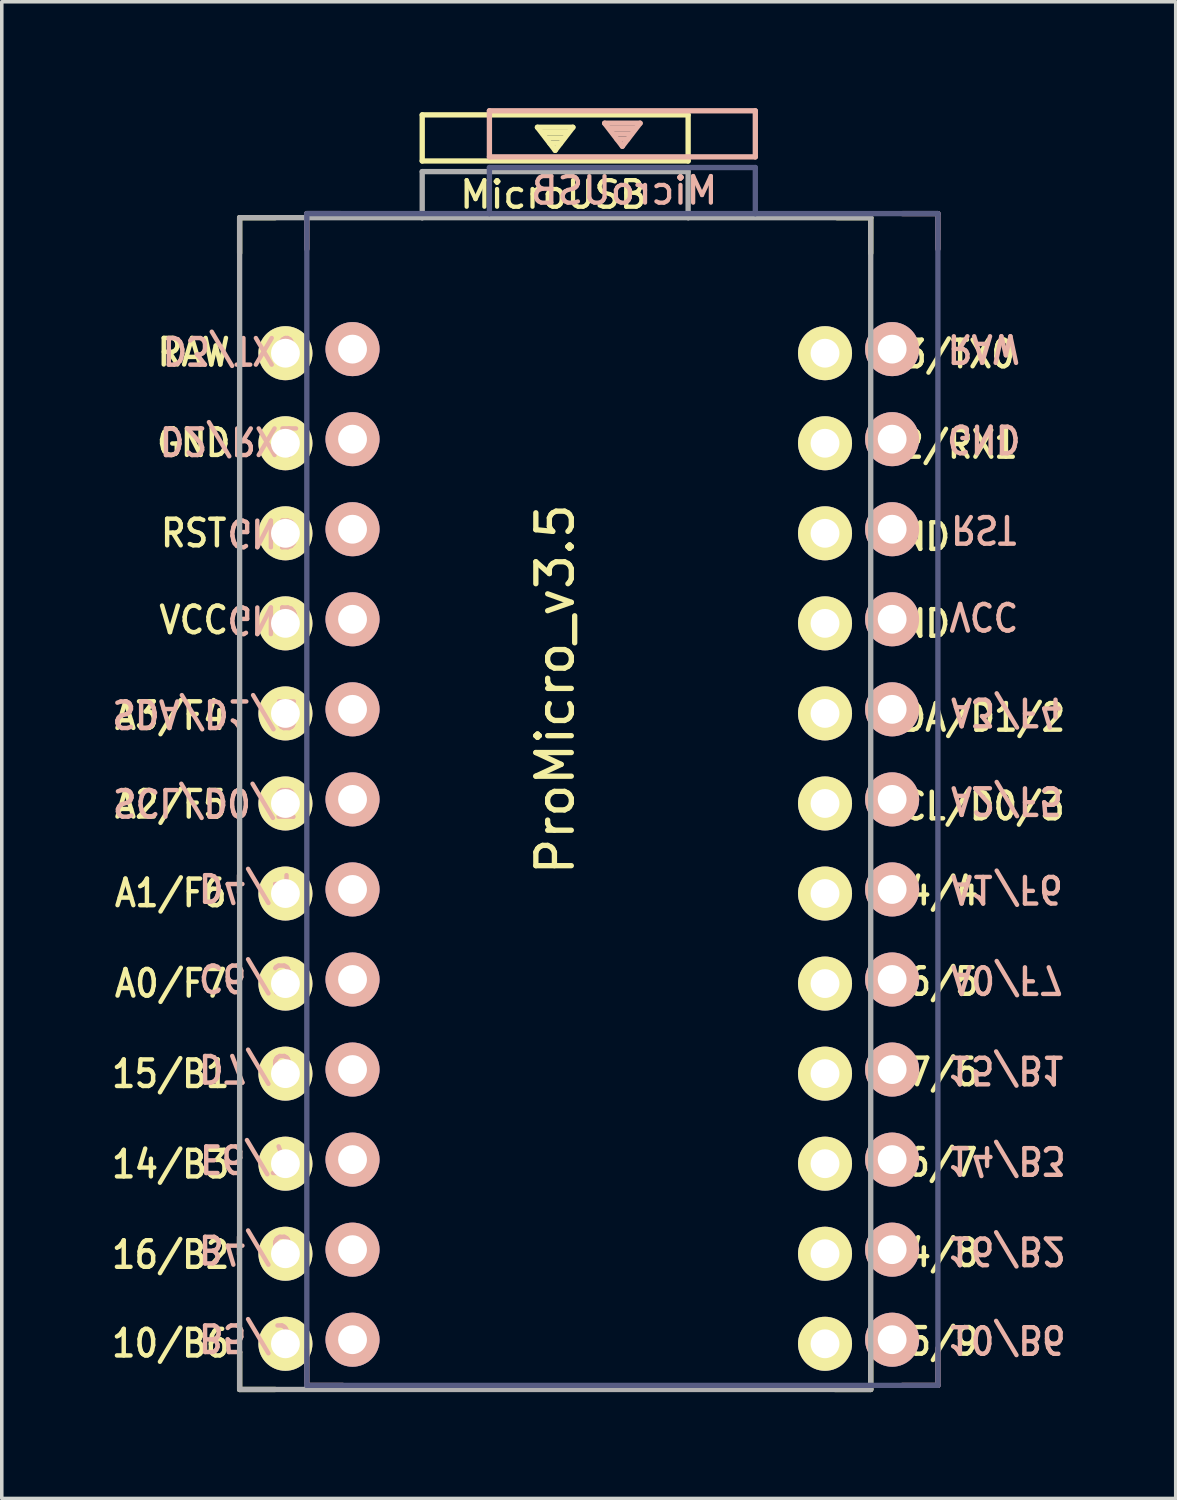
<source format=kicad_pcb>
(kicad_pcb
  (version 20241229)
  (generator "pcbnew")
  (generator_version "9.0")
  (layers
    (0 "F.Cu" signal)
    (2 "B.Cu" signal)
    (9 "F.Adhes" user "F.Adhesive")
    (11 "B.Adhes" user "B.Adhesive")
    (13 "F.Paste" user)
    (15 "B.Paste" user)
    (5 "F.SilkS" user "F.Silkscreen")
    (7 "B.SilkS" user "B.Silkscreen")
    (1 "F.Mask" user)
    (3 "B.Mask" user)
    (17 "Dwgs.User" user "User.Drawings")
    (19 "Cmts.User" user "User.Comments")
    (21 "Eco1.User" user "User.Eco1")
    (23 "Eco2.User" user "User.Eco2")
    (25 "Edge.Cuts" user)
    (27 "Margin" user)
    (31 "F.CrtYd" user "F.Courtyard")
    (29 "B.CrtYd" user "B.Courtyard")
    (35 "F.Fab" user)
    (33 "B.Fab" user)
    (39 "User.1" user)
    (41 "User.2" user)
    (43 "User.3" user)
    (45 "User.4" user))
  (footprint "ProMicro_v3.5"
    (layer "F.Cu")
    (at 12.609 21.39)
    (property "Reference" "ProMicro_v3.5" (at 0 -5 270) (layer "F.SilkS") (effects (font (size 1 1) (thickness 0.15))))
    (attr through_hole)
    (fp_line (start -8.9 -18.3) (end -8.9 -17.3) (stroke (width 0.15) (type solid)) (layer "F.SilkS"))
    (fp_line (start -8.9 -18.3) (end -7.9 -18.3) (stroke (width 0.15) (type solid)) (layer "F.SilkS"))
    (fp_line (start -8.9 13.7) (end -8.9 14.75) (stroke (width 0.15) (type solid)) (layer "F.SilkS"))
    (fp_line (start -8.9 14.75) (end -7.9 14.75) (stroke (width 0.15) (type solid)) (layer "F.SilkS"))
    (fp_line (start -3.75 -21.2) (end -3.75 -19.9) (stroke (width 0.15) (type solid)) (layer "F.SilkS"))
    (fp_line (start -3.75 -19.9) (end 3.75 -19.9) (stroke (width 0.15) (type solid)) (layer "F.SilkS"))
    (fp_line (start -0.5 -20.85) (end 0.5 -20.85) (stroke (width 0.15) (type solid)) (layer "F.SilkS"))
    (fp_line (start -0.35 -20.7) (end 0.35 -20.7) (stroke (width 0.15) (type solid)) (layer "F.SilkS"))
    (fp_line (start -0.25 -20.55) (end 0.25 -20.55) (stroke (width 0.15) (type solid)) (layer "F.SilkS"))
    (fp_line (start -0.15 -20.4) (end 0.15 -20.4) (stroke (width 0.15) (type solid)) (layer "F.SilkS"))
    (fp_line (start 0 -20.2) (end -0.5 -20.85) (stroke (width 0.15) (type solid)) (layer "F.SilkS"))
    (fp_line (start 0.5 -20.85) (end 0 -20.2) (stroke (width 0.15) (type solid)) (layer "F.SilkS"))
    (fp_line (start 3.75 -21.2) (end -3.75 -21.2) (stroke (width 0.15) (type solid)) (layer "F.SilkS"))
    (fp_line (start 3.75 -19.9) (end 3.75 -21.2) (stroke (width 0.15) (type solid)) (layer "F.SilkS"))
    (fp_line (start 8.9 -18.3) (end 7.95 -18.3) (stroke (width 0.15) (type solid)) (layer "F.SilkS"))
    (fp_line (start 8.9 -18.3) (end 8.9 -17.3) (stroke (width 0.15) (type solid)) (layer "F.SilkS"))
    (fp_line (start 8.9 13.75) (end 8.9 14.75) (stroke (width 0.15) (type solid)) (layer "F.SilkS"))
    (fp_line (start 8.9 14.75) (end 7.89 14.75) (stroke (width 0.15) (type solid)) (layer "F.SilkS"))
    (fp_line (start -7.005 -18.415) (end -7.005 -17.415) (stroke (width 0.15) (type solid)) (layer "B.SilkS"))
    (fp_line (start -7.005 -18.415) (end -6.055 -18.415) (stroke (width 0.15) (type solid)) (layer "B.SilkS"))
    (fp_line (start -7.005 13.635) (end -7.005 14.635) (stroke (width 0.15) (type solid)) (layer "B.SilkS"))
    (fp_line (start -7.005 14.635) (end -5.995 14.635) (stroke (width 0.15) (type solid)) (layer "B.SilkS"))
    (fp_line (start -1.855 -21.315) (end 5.645 -21.315) (stroke (width 0.15) (type solid)) (layer "B.SilkS"))
    (fp_line (start -1.855 -20.015) (end -1.855 -21.315) (stroke (width 0.15) (type solid)) (layer "B.SilkS"))
    (fp_line (start 1.395 -20.965) (end 1.895 -20.315) (stroke (width 0.15) (type solid)) (layer "B.SilkS"))
    (fp_line (start 1.895 -20.315) (end 2.395 -20.965) (stroke (width 0.15) (type solid)) (layer "B.SilkS"))
    (fp_line (start 2.045 -20.515) (end 1.745 -20.515) (stroke (width 0.15) (type solid)) (layer "B.SilkS"))
    (fp_line (start 2.145 -20.665) (end 1.645 -20.665) (stroke (width 0.15) (type solid)) (layer "B.SilkS"))
    (fp_line (start 2.245 -20.815) (end 1.545 -20.815) (stroke (width 0.15) (type solid)) (layer "B.SilkS"))
    (fp_line (start 2.395 -20.965) (end 1.395 -20.965) (stroke (width 0.15) (type solid)) (layer "B.SilkS"))
    (fp_line (start 5.645 -21.315) (end 5.645 -20.015) (stroke (width 0.15) (type solid)) (layer "B.SilkS"))
    (fp_line (start 5.645 -20.015) (end -1.855 -20.015) (stroke (width 0.15) (type solid)) (layer "B.SilkS"))
    (fp_line (start 10.795 -18.415) (end 9.795 -18.415) (stroke (width 0.15) (type solid)) (layer "B.SilkS"))
    (fp_line (start 10.795 -18.415) (end 10.795 -17.415) (stroke (width 0.15) (type solid)) (layer "B.SilkS"))
    (fp_line (start 10.795 13.585) (end 10.795 14.635) (stroke (width 0.15) (type solid)) (layer "B.SilkS"))
    (fp_line (start 10.795 14.635) (end 9.795 14.635) (stroke (width 0.15) (type solid)) (layer "B.SilkS"))
    (fp_line (start -7.005 -18.415) (end -7.005 14.635) (stroke (width 0.15) (type solid)) (layer "B.Fab"))
    (fp_line (start -7.005 14.635) (end 10.795 14.635) (stroke (width 0.15) (type solid)) (layer "B.Fab"))
    (fp_line (start -1.865 -18.415) (end -7.005 -18.415) (stroke (width 0.15) (type solid)) (layer "B.Fab"))
    (fp_line (start -1.855 -19.715) (end -1.855 -18.415) (stroke (width 0.15) (type solid)) (layer "B.Fab"))
    (fp_line (start 5.645 -19.715) (end -1.855 -19.715) (stroke (width 0.15) (type solid)) (layer "B.Fab"))
    (fp_line (start 5.645 -19.715) (end 5.645 -18.414) (stroke (width 0.15) (type solid)) (layer "B.Fab"))
    (fp_line (start 5.645 -18.415) (end -1.855 -18.415) (stroke (width 0.15) (type solid)) (layer "B.Fab"))
    (fp_line (start 10.795 -18.415) (end 5.645 -18.415) (stroke (width 0.15) (type solid)) (layer "B.Fab"))
    (fp_line (start 10.795 14.635) (end 10.795 -18.415) (stroke (width 0.15) (type solid)) (layer "B.Fab"))
    (fp_line (start -8.9 -18.3) (end -3.75 -18.3) (stroke (width 0.15) (type solid)) (layer "F.Fab"))
    (fp_line (start -8.9 14.75) (end -8.9 -18.3) (stroke (width 0.15) (type solid)) (layer "F.Fab"))
    (fp_line (start -3.75 -19.6) (end -3.75 -18.299) (stroke (width 0.15) (type solid)) (layer "F.Fab"))
    (fp_line (start -3.75 -19.6) (end 3.75 -19.6) (stroke (width 0.15) (type solid)) (layer "F.Fab"))
    (fp_line (start -3.75 -18.3) (end 3.75 -18.3) (stroke (width 0.15) (type solid)) (layer "F.Fab"))
    (fp_line (start 3.75 -19.6) (end 3.75 -18.3) (stroke (width 0.15) (type solid)) (layer "F.Fab"))
    (fp_line (start 3.76 -18.3) (end 8.9 -18.3) (stroke (width 0.15) (type solid)) (layer "F.Fab"))
    (fp_line (start 8.9 -18.3) (end 8.9 14.75) (stroke (width 0.15) (type solid)) (layer "F.Fab"))
    (fp_line (start 8.9 14.75) (end -8.9 14.75) (stroke (width 0.15) (type solid)) (layer "F.Fab"))
    (fp_text user "D7/6" (at 10.605 5.8 0) (unlocked yes) (layer "F.SilkS") (effects (font (size 0.75 0.67) (thickness 0.125))))
    (fp_text user "A2/F5" (at -10.845 -1.75 0) (unlocked yes) (layer "F.SilkS") (effects (font (size 0.75 0.67) (thickness 0.125))))
    (fp_text user "D2/RX1" (at 11.055 -11.9 0) (unlocked yes) (layer "F.SilkS") (effects (font (size 0.75 0.67) (thickness 0.125))))
    (fp_text user "RST" (at -10.195 -9.4 0) (unlocked yes) (layer "F.SilkS") (effects (font (size 0.75 0.67) (thickness 0.125))))
    (fp_text user "RAW" (at -10.195 -14.5 0) (unlocked yes) (layer "F.SilkS") (effects (font (size 0.75 0.67) (thickness 0.125))))
    (fp_text user "B4/8" (at 10.605 10.9 0) (unlocked yes) (layer "F.SilkS") (effects (font (size 0.75 0.67) (thickness 0.125))))
    (fp_text user "10/B6" (at -10.845 13.45 0) (unlocked yes) (layer "F.SilkS") (effects (font (size 0.75 0.67) (thickness 0.125))))
    (fp_text user "C6/5" (at 10.605 3.25 0) (unlocked yes) (layer "F.SilkS") (effects (font (size 0.75 0.67) (thickness 0.125))))
    (fp_text user "14/B3" (at -10.845 8.4 0) (unlocked yes) (layer "F.SilkS") (effects (font (size 0.75 0.67) (thickness 0.125))))
    (fp_text user "GND" (at 10.105 -9.3 0) (unlocked yes) (layer "F.SilkS") (effects (font (size 0.75 0.67) (thickness 0.125))))
    (fp_text user "" (at 3.147 -16.371 180) (layer "F.SilkS") (effects (font (size 1 1) (thickness 0.15))))
    (fp_text user "GND" (at 10.105 -6.85 0) (unlocked yes) (layer "F.SilkS") (effects (font (size 0.75 0.67) (thickness 0.125))))
    (fp_text user "" (at -0.545 -17.4 0) (layer "F.SilkS") (effects (font (size 1 1) (thickness 0.15))))
    (fp_text user "SDA/D1/2" (at 11.755 -4.2 0) (unlocked yes) (layer "F.SilkS") (effects (font (size 0.75 0.67) (thickness 0.125))))
    (fp_text user "D3/TX0" (at 11.055 -14.45 0) (unlocked yes) (layer "F.SilkS") (effects (font (size 0.75 0.67) (thickness 0.125))))
    (fp_text user "VCC" (at -10.195 -6.95 0) (unlocked yes) (layer "F.SilkS") (effects (font (size 0.75 0.67) (thickness 0.125))))
    (fp_text user "MicroUSB" (at -0.05 -18.95 0) (layer "F.SilkS") (effects (font (size 0.75 0.75) (thickness 0.12))))
    (fp_text user "A1/F6" (at -10.845 0.75 0) (unlocked yes) (layer "F.SilkS") (effects (font (size 0.75 0.67) (thickness 0.125))))
    (fp_text user "A3/F4" (at -10.845 -4.25 0) (unlocked yes) (layer "F.SilkS") (effects (font (size 0.75 0.67) (thickness 0.125))))
    (fp_text user "B5/9" (at 10.605 13.4 0) (unlocked yes) (layer "F.SilkS") (effects (font (size 0.75 0.67) (thickness 0.125))))
    (fp_text user "15/B1" (at -10.845 5.85 0) (unlocked yes) (layer "F.SilkS") (effects (font (size 0.75 0.67) (thickness 0.125))))
    (fp_text user "A0/F7" (at -10.845 3.3 0) (unlocked yes) (layer "F.SilkS") (effects (font (size 0.75 0.67) (thickness 0.125))))
    (fp_text user "SCL/D0/3" (at 11.755 -1.7 0) (unlocked yes) (layer "F.SilkS") (effects (font (size 0.75 0.67) (thickness 0.125))))
    (fp_text user "D4/4" (at 10.605 0.7 0) (unlocked yes) (layer "F.SilkS") (effects (font (size 0.75 0.67) (thickness 0.125))))
    (fp_text user "E6/7" (at 10.605 8.35 0) (unlocked yes) (layer "F.SilkS") (effects (font (size 0.75 0.67) (thickness 0.125))))
    (fp_text user "GND" (at -10.195 -11.95 0) (unlocked yes) (layer "F.SilkS") (effects (font (size 0.75 0.67) (thickness 0.125))))
    (fp_text user "16/B2" (at -10.845 10.95 0) (unlocked yes) (layer "F.SilkS") (effects (font (size 0.75 0.67) (thickness 0.125))))
    (fp_text user "D3/TX0" (at -9.16 -14.565 180) (unlocked yes) (layer "B.SilkS") (effects (font (size 0.75 0.67) (thickness 0.125)) (justify mirror)))
    (fp_text user "B4/8" (at -8.71 10.785 180) (unlocked yes) (layer "B.SilkS") (effects (font (size 0.75 0.67) (thickness 0.125)) (justify mirror)))
    (fp_text user "E6/7" (at -8.71 8.235 180) (unlocked yes) (layer "B.SilkS") (effects (font (size 0.75 0.67) (thickness 0.125)) (justify mirror)))
    (fp_text user "D4/4" (at -8.71 0.585 180) (unlocked yes) (layer "B.SilkS") (effects (font (size 0.75 0.67) (thickness 0.125)) (justify mirror)))
    (fp_text user "RAW" (at 12.09 -14.615 180) (unlocked yes) (layer "B.SilkS") (effects (font (size 0.75 0.67) (thickness 0.125)) (justify mirror)))
    (fp_text user "D2/RX1" (at -9.16 -12.015 180) (unlocked yes) (layer "B.SilkS") (effects (font (size 0.75 0.67) (thickness 0.125)) (justify mirror)))
    (fp_text user "A2/F5" (at 12.74 -1.865 180) (unlocked yes) (layer "B.SilkS") (effects (font (size 0.75 0.67) (thickness 0.125)) (justify mirror)))
    (fp_text user "SCL/D0/3" (at -9.86 -1.815 180) (unlocked yes) (layer "B.SilkS") (effects (font (size 0.75 0.67) (thickness 0.125)) (justify mirror)))
    (fp_text user "GND" (at -8.21 -6.965 180) (unlocked yes) (layer "B.SilkS") (effects (font (size 0.75 0.67) (thickness 0.125)) (justify mirror)))
    (fp_text user "" (at -1.252 -16.256 0) (layer "B.SilkS") (effects (font (size 1 1) (thickness 0.15)) (justify mirror)))
    (fp_text user "C6/5" (at -8.71 3.135 180) (unlocked yes) (layer "B.SilkS") (effects (font (size 0.75 0.67) (thickness 0.125)) (justify mirror)))
    (fp_text user "VCC" (at 12.09 -7.065 180) (unlocked yes) (layer "B.SilkS") (effects (font (size 0.75 0.67) (thickness 0.125)) (justify mirror)))
    (fp_text user "15/B1" (at 12.74 5.735 180) (unlocked yes) (layer "B.SilkS") (effects (font (size 0.75 0.67) (thickness 0.125)) (justify mirror)))
    (fp_text user "RST" (at 12.09 -9.515 180) (unlocked yes) (layer "B.SilkS") (effects (font (size 0.75 0.67) (thickness 0.125)) (justify mirror)))
    (fp_text user "D7/6" (at -8.71 5.685 180) (unlocked yes) (layer "B.SilkS") (effects (font (size 0.75 0.67) (thickness 0.125)) (justify mirror)))
    (fp_text user "GND" (at -8.21 -9.415 180) (unlocked yes) (layer "B.SilkS") (effects (font (size 0.75 0.67) (thickness 0.125)) (justify mirror)))
    (fp_text user "10/B6" (at 12.74 13.335 180) (unlocked yes) (layer "B.SilkS") (effects (font (size 0.75 0.67) (thickness 0.125)) (justify mirror)))
    (fp_text user "SDA/D1/2" (at -9.86 -4.315 180) (unlocked yes) (layer "B.SilkS") (effects (font (size 0.75 0.67) (thickness 0.125)) (justify mirror)))
    (fp_text user "B5/9" (at -8.71 13.285 180) (unlocked yes) (layer "B.SilkS") (effects (font (size 0.75 0.67) (thickness 0.125)) (justify mirror)))
    (fp_text user "A1/F6" (at 12.74 0.635 180) (unlocked yes) (layer "B.SilkS") (effects (font (size 0.75 0.67) (thickness 0.125)) (justify mirror)))
    (fp_text user "16/B2" (at 12.74 10.835 180) (unlocked yes) (layer "B.SilkS") (effects (font (size 0.75 0.67) (thickness 0.125)) (justify mirror)))
    (fp_text user "14/B3" (at 12.74 8.285 180) (unlocked yes) (layer "B.SilkS") (effects (font (size 0.75 0.67) (thickness 0.125)) (justify mirror)))
    (fp_text user "A3/F4" (at 12.74 -4.365 180) (unlocked yes) (layer "B.SilkS") (effects (font (size 0.75 0.67) (thickness 0.125)) (justify mirror)))
    (fp_text user "" (at 2.44 -17.515 180) (layer "B.SilkS") (effects (font (size 1 1) (thickness 0.15)) (justify mirror)))
    (fp_text user "A0/F7" (at 12.74 3.185 180) (unlocked yes) (layer "B.SilkS") (effects (font (size 0.75 0.67) (thickness 0.125)) (justify mirror)))
    (fp_text user "MicroUSB" (at 1.945 -19.065 180) (layer "B.SilkS") (effects (font (size 0.75 0.75) (thickness 0.12)) (justify mirror)))
    (fp_text user "GND" (at 12.09 -12.065 180) (unlocked yes) (layer "B.SilkS") (effects (font (size 0.75 0.67) (thickness 0.125)) (justify mirror)))
    (pad "1" thru_hole circle (at -5.716 -14.593 180) (size 1.524 1.524) (drill 0.813) (layers "*.Cu" "F.Mask" "B.SilkS"))
    (pad "1" thru_hole circle (at 7.611 -14.478) (size 1.524 1.524) (drill 0.813) (layers "*.Cu" "B.Mask" "F.SilkS"))
    (pad "2" thru_hole circle (at -5.716 -12.053 180) (size 1.524 1.524) (drill 0.813) (layers "*.Cu" "F.Mask" "B.SilkS"))
    (pad "2" thru_hole circle (at 7.611 -11.938) (size 1.524 1.524) (drill 0.813) (layers "*.Cu" "B.Mask" "F.SilkS"))
    (pad "3" thru_hole circle (at -5.716 -9.513 180) (size 1.524 1.524) (drill 0.813) (layers "*.Cu" "F.Mask" "B.SilkS"))
    (pad "3" thru_hole circle (at 7.611 -9.398) (size 1.524 1.524) (drill 0.813) (layers "*.Cu" "B.Mask" "F.SilkS"))
    (pad "4" thru_hole circle (at -5.716 -6.973 180) (size 1.524 1.524) (drill 0.813) (layers "*.Cu" "F.Mask" "B.SilkS"))
    (pad "4" thru_hole circle (at 7.611 -6.858) (size 1.524 1.524) (drill 0.813) (layers "*.Cu" "B.Mask" "F.SilkS"))
    (pad "5" thru_hole circle (at -5.716 -4.433 180) (size 1.524 1.524) (drill 0.813) (layers "*.Cu" "F.Mask" "B.SilkS"))
    (pad "5" thru_hole circle (at 7.611 -4.318) (size 1.524 1.524) (drill 0.813) (layers "*.Cu" "B.Mask" "F.SilkS"))
    (pad "6" thru_hole circle (at -5.716 -1.893 180) (size 1.524 1.524) (drill 0.813) (layers "*.Cu" "F.Mask" "B.SilkS"))
    (pad "6" thru_hole circle (at 7.611 -1.778) (size 1.524 1.524) (drill 0.813) (layers "*.Cu" "B.Mask" "F.SilkS"))
    (pad "7" thru_hole circle (at -5.716 0.647 180) (size 1.524 1.524) (drill 0.813) (layers "*.Cu" "F.Mask" "B.SilkS"))
    (pad "7" thru_hole circle (at 7.611 0.762) (size 1.524 1.524) (drill 0.813) (layers "*.Cu" "B.Mask" "F.SilkS"))
    (pad "8" thru_hole circle (at -5.716 3.187 180) (size 1.524 1.524) (drill 0.813) (layers "*.Cu" "F.Mask" "B.SilkS"))
    (pad "8" thru_hole circle (at 7.611 3.302) (size 1.524 1.524) (drill 0.813) (layers "*.Cu" "B.Mask" "F.SilkS"))
    (pad "9" thru_hole circle (at -5.716 5.727 180) (size 1.524 1.524) (drill 0.813) (layers "*.Cu" "F.Mask" "B.SilkS"))
    (pad "9" thru_hole circle (at 7.611 5.842) (size 1.524 1.524) (drill 0.813) (layers "*.Cu" "B.Mask" "F.SilkS"))
    (pad "10" thru_hole circle (at -5.716 8.267 180) (size 1.524 1.524) (drill 0.813) (layers "*.Cu" "F.Mask" "B.SilkS"))
    (pad "10" thru_hole circle (at 7.611 8.382) (size 1.524 1.524) (drill 0.813) (layers "*.Cu" "B.Mask" "F.SilkS"))
    (pad "11" thru_hole circle (at -5.716 10.807 180) (size 1.524 1.524) (drill 0.813) (layers "*.Cu" "F.Mask" "B.SilkS"))
    (pad "11" thru_hole circle (at 7.611 10.922) (size 1.524 1.524) (drill 0.813) (layers "*.Cu" "B.Mask" "F.SilkS"))
    (pad "12" thru_hole circle (at -5.716 13.347 180) (size 1.524 1.524) (drill 0.813) (layers "*.Cu" "F.Mask" "B.SilkS"))
    (pad "12" thru_hole circle (at 7.611 13.462) (size 1.524 1.524) (drill 0.813) (layers "*.Cu" "B.Mask" "F.SilkS"))
    (pad "13" thru_hole circle (at -7.609 13.462) (size 1.524 1.524) (drill 0.813) (layers "*.Cu" "B.Mask" "F.SilkS"))
    (pad "13" thru_hole circle (at 9.504 13.347 180) (size 1.524 1.524) (drill 0.813) (layers "*.Cu" "F.Mask" "B.SilkS"))
    (pad "14" thru_hole circle (at -7.609 10.922) (size 1.524 1.524) (drill 0.813) (layers "*.Cu" "B.Mask" "F.SilkS"))
    (pad "14" thru_hole circle (at 9.504 10.807 180) (size 1.524 1.524) (drill 0.813) (layers "*.Cu" "F.Mask" "B.SilkS"))
    (pad "15" thru_hole circle (at -7.609 8.382) (size 1.524 1.524) (drill 0.813) (layers "*.Cu" "B.Mask" "F.SilkS"))
    (pad "15" thru_hole circle (at 9.504 8.267 180) (size 1.524 1.524) (drill 0.813) (layers "*.Cu" "F.Mask" "B.SilkS"))
    (pad "16" thru_hole circle (at -7.609 5.842) (size 1.524 1.524) (drill 0.813) (layers "*.Cu" "B.Mask" "F.SilkS"))
    (pad "16" thru_hole circle (at 9.504 5.727 180) (size 1.524 1.524) (drill 0.813) (layers "*.Cu" "F.Mask" "B.SilkS"))
    (pad "17" thru_hole circle (at -7.609 3.302) (size 1.524 1.524) (drill 0.813) (layers "*.Cu" "B.Mask" "F.SilkS"))
    (pad "17" thru_hole circle (at 9.504 3.187 180) (size 1.524 1.524) (drill 0.813) (layers "*.Cu" "F.Mask" "B.SilkS"))
    (pad "18" thru_hole circle (at -7.609 0.762) (size 1.524 1.524) (drill 0.813) (layers "*.Cu" "B.Mask" "F.SilkS"))
    (pad "18" thru_hole circle (at 9.504 0.647 180) (size 1.524 1.524) (drill 0.813) (layers "*.Cu" "F.Mask" "B.SilkS"))
    (pad "19" thru_hole circle (at -7.609 -1.778) (size 1.524 1.524) (drill 0.813) (layers "*.Cu" "B.Mask" "F.SilkS"))
    (pad "19" thru_hole circle (at 9.504 -1.893 180) (size 1.524 1.524) (drill 0.813) (layers "*.Cu" "F.Mask" "B.SilkS"))
    (pad "20" thru_hole circle (at -7.609 -4.318) (size 1.524 1.524) (drill 0.813) (layers "*.Cu" "B.Mask" "F.SilkS"))
    (pad "20" thru_hole circle (at 9.504 -4.433 180) (size 1.524 1.524) (drill 0.813) (layers "*.Cu" "F.Mask" "B.SilkS"))
    (pad "21" thru_hole circle (at -7.609 -6.858) (size 1.524 1.524) (drill 0.813) (layers "*.Cu" "B.Mask" "F.SilkS"))
    (pad "21" thru_hole circle (at 9.504 -6.973 180) (size 1.524 1.524) (drill 0.813) (layers "*.Cu" "F.Mask" "B.SilkS"))
    (pad "22" thru_hole circle (at -7.609 -9.398) (size 1.524 1.524) (drill 0.813) (layers "*.Cu" "B.Mask" "F.SilkS"))
    (pad "22" thru_hole circle (at 9.504 -9.513 180) (size 1.524 1.524) (drill 0.813) (layers "*.Cu" "F.Mask" "B.SilkS"))
    (pad "23" thru_hole circle (at -7.609 -11.938) (size 1.524 1.524) (drill 0.813) (layers "*.Cu" "B.Mask" "F.SilkS"))
    (pad "23" thru_hole circle (at 9.504 -12.053 180) (size 1.524 1.524) (drill 0.813) (layers "*.Cu" "F.Mask" "B.SilkS"))
    (pad "24" thru_hole circle (at -7.609 -14.478) (size 1.524 1.524) (drill 0.813) (layers "*.Cu" "B.Mask" "F.SilkS"))
    (pad "24" thru_hole circle (at 9.504 -14.593 180) (size 1.524 1.524) (drill 0.813) (layers "*.Cu" "F.Mask" "B.SilkS")))
  (gr_rect
    (start -3 -3)
    (end 30.112 39.215)
    (stroke (width 0.1) (type default))
    (fill no)
    (layer "Edge.Cuts")))
</source>
